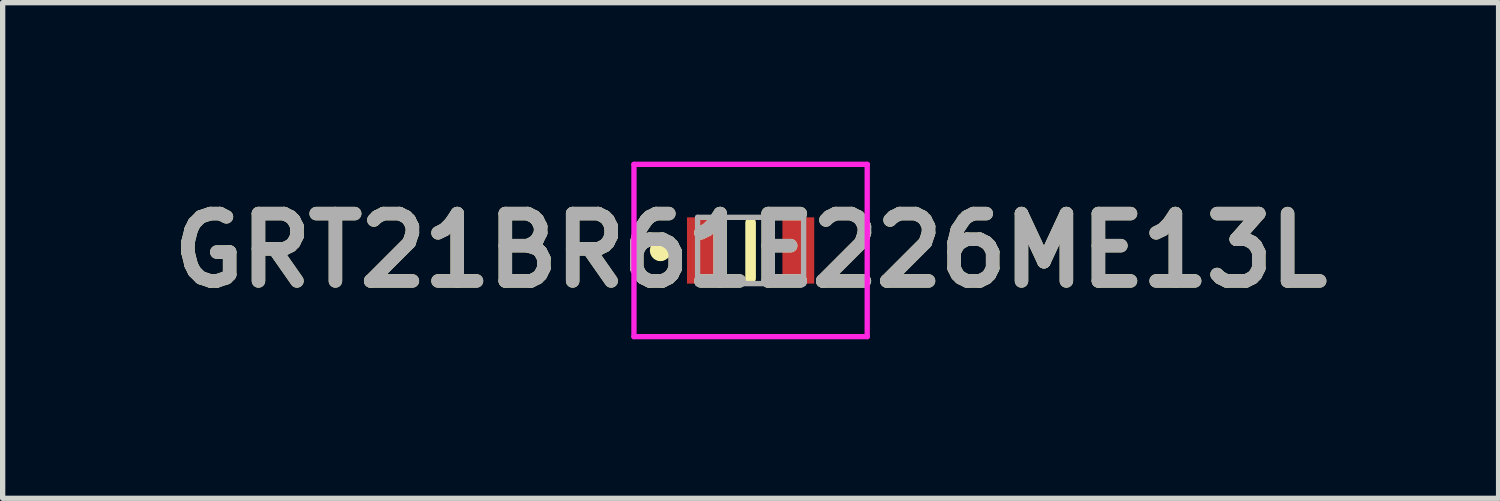
<source format=kicad_pcb>
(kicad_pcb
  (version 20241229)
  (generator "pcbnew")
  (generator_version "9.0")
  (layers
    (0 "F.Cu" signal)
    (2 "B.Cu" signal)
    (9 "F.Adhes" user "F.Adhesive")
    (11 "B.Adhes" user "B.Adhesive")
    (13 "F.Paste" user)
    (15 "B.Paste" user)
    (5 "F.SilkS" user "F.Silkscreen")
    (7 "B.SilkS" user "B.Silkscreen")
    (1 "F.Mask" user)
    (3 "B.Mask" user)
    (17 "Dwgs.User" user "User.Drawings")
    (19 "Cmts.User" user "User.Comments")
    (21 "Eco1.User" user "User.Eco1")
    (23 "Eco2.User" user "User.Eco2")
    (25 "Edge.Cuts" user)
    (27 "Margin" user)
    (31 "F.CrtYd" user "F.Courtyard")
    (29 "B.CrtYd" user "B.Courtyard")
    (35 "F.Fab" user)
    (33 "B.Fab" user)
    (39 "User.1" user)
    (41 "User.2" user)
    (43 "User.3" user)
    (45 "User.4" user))
  (footprint "GRT21BR61E226ME13L"
    (layer "F.Cu")
    (at 11.109 1.675)
    (property "Reference" "GRT21BR61E226ME13L" (at 0 0 0) (layer "F.SilkS") (effects (font (size 1.27 1.27) (thickness 0.254))))
    (attr smd)
    (fp_line (start -1.7 -0.1) (end -1.7 -0.1) (stroke (width 0.2) (type solid)) (layer "F.SilkS"))
    (fp_line (start -1.7 0.1) (end -1.7 0.1) (stroke (width 0.2) (type solid)) (layer "F.SilkS"))
    (fp_line (start 0 -0.525) (end 0 0.525) (stroke (width 0.2) (type solid)) (layer "F.SilkS"))
    (fp_arc (start -1.7 -0.1) (mid -1.6 0) (end -1.7 0.1) (stroke (width 0.2) (type solid)) (layer "F.SilkS"))
    (fp_arc (start -1.7 0.1) (mid -1.8 0) (end -1.7 -0.1) (stroke (width 0.2) (type solid)) (layer "F.SilkS"))
    (fp_line (start -2.2 -1.625) (end 2.2 -1.625) (stroke (width 0.1) (type solid)) (layer "F.CrtYd"))
    (fp_line (start -2.2 1.625) (end -2.2 -1.625) (stroke (width 0.1) (type solid)) (layer "F.CrtYd"))
    (fp_line (start 2.2 -1.625) (end 2.2 1.625) (stroke (width 0.1) (type solid)) (layer "F.CrtYd"))
    (fp_line (start 2.2 1.625) (end -2.2 1.625) (stroke (width 0.1) (type solid)) (layer "F.CrtYd"))
    (fp_line (start -1 -0.625) (end 1 -0.625) (stroke (width 0.1) (type solid)) (layer "F.Fab"))
    (fp_line (start -1 0.625) (end -1 -0.625) (stroke (width 0.1) (type solid)) (layer "F.Fab"))
    (fp_line (start 1 -0.625) (end 1 0.625) (stroke (width 0.1) (type solid)) (layer "F.Fab"))
    (fp_line (start 1 0.625) (end -1 0.625) (stroke (width 0.1) (type solid)) (layer "F.Fab"))
    (fp_text user "${REFERENCE}" (at 0 0 0) (layer "F.Fab") (effects (font (size 1.27 1.27) (thickness 0.254))))
    (pad "1" smd rect (at -0.9 0) (size 0.6 1.25) (layers "F.Cu" "F.Mask" "F.Paste"))
    (pad "2" smd rect (at 0.9 0) (size 0.6 1.25) (layers "F.Cu" "F.Mask" "F.Paste")))
  (gr_rect
    (start -3 -3)
    (end 25.219 6.35)
    (stroke (width 0.1) (type default))
    (fill no)
    (layer "Edge.Cuts")))
</source>
